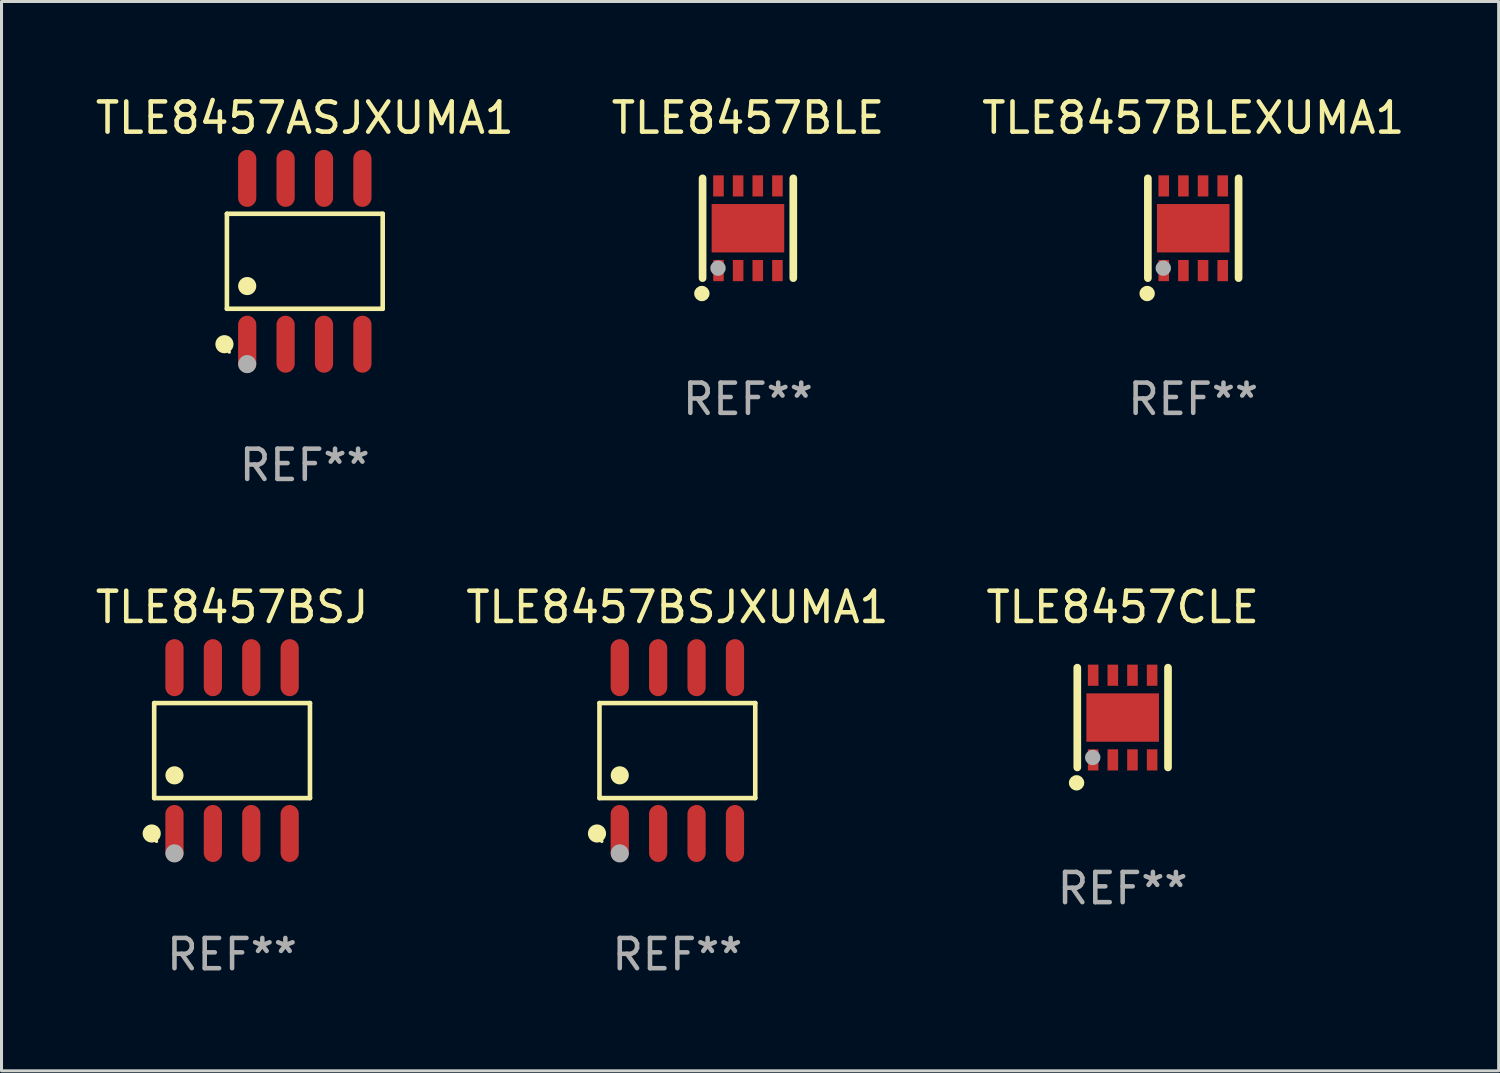
<source format=kicad_pcb>
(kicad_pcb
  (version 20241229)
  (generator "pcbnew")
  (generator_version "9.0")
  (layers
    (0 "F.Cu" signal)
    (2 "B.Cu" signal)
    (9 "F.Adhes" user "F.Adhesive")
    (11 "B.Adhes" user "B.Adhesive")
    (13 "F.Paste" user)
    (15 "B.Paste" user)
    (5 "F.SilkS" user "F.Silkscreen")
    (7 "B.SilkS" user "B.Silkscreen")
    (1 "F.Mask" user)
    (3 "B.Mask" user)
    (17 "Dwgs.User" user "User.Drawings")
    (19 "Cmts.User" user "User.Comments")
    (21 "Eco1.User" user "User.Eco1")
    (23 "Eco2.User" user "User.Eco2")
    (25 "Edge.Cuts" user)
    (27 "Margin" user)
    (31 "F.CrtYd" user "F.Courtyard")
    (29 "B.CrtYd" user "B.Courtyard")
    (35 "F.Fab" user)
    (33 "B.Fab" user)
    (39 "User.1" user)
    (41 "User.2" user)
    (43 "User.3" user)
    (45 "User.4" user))
  (footprint "TLE8457ASJXUMA1"
    (layer "F.Cu")
    (at 7.03 5.591)
    (property "Reference" "TLE8457ASJXUMA1" (at 0 -4.742 0) (layer "F.SilkS") (effects (font (size 1 1) (thickness 0.15))))
    (attr through_hole)
    (fp_line (start -2.576 -1.571) (end 2.576 -1.571) (stroke (width 0.152) (type solid)) (layer "F.SilkS"))
    (fp_line (start -2.576 1.571) (end -2.576 -1.571) (stroke (width 0.152) (type solid)) (layer "F.SilkS"))
    (fp_line (start 2.576 -1.571) (end 2.576 1.571) (stroke (width 0.152) (type solid)) (layer "F.SilkS"))
    (fp_line (start 2.576 1.571) (end -2.576 1.571) (stroke (width 0.152) (type solid)) (layer "F.SilkS"))
    (fp_circle (center -2.658 2.742) (end -2.508 2.742) (stroke (width 0.3) (type solid)) (fill no) (layer "F.SilkS"))
    (fp_circle (center -2.5 3) (end -2.47 3) (stroke (width 0.06) (type solid)) (fill no) (layer "F.SilkS"))
    (fp_circle (center -1.905 0.819) (end -1.755 0.819) (stroke (width 0.3) (type solid)) (fill no) (layer "F.SilkS"))
    (fp_circle (center -1.905 3.4) (end -1.755 3.4) (stroke (width 0.3) (type solid)) (fill no) (layer "F.Fab"))
    (fp_text user "REF**" (at 0 6.742 0) (layer "F.Fab") (effects (font (size 1 1) (thickness 0.15))))
    (pad "1" smd oval (at -1.905 2.742) (size 0.602 1.885) (layers "F.Cu" "F.Mask" "F.Paste"))
    (pad "2" smd oval (at -0.635 2.742) (size 0.602 1.885) (layers "F.Cu" "F.Mask" "F.Paste"))
    (pad "3" smd oval (at 0.635 2.742) (size 0.602 1.885) (layers "F.Cu" "F.Mask" "F.Paste"))
    (pad "4" smd oval (at 1.905 2.742) (size 0.602 1.885) (layers "F.Cu" "F.Mask" "F.Paste"))
    (pad "5" smd oval (at 1.905 -2.742) (size 0.602 1.885) (layers "F.Cu" "F.Mask" "F.Paste"))
    (pad "6" smd oval (at 0.635 -2.742) (size 0.602 1.885) (layers "F.Cu" "F.Mask" "F.Paste"))
    (pad "7" smd oval (at -0.635 -2.742) (size 0.602 1.885) (layers "F.Cu" "F.Mask" "F.Paste"))
    (pad "8" smd oval (at -1.905 -2.742) (size 0.602 1.885) (layers "F.Cu" "F.Mask" "F.Paste")))
  (footprint "TLE8457BLE"
    (layer "F.Cu")
    (at 21.685 4.498)
    (property "Reference" "TLE8457BLE" (at 0 -3.65 0) (layer "F.SilkS") (effects (font (size 1 1) (thickness 0.15))))
    (attr through_hole)
    (fp_line (start -1.5 1.65) (end -1.5 -1.65) (stroke (width 0.254) (type solid)) (layer "F.SilkS"))
    (fp_line (start 1.5 1.65) (end 1.5 -1.65) (stroke (width 0.254) (type solid)) (layer "F.SilkS"))
    (fp_circle (center -1.524 2.159) (end -1.397 2.159) (stroke (width 0.254) (type solid)) (fill no) (layer "F.SilkS"))
    (fp_circle (center -1.5 1.5) (end -1.47 1.5) (stroke (width 0.06) (type solid)) (fill no) (layer "F.SilkS"))
    (fp_circle (center -0.99 1.32) (end -0.863 1.32) (stroke (width 0.254) (type solid)) (fill no) (layer "F.Fab"))
    (fp_text user "REF**" (at 0 5.65 0) (layer "F.Fab") (effects (font (size 1 1) (thickness 0.15))))
    (pad "1" smd rect (at -0.975 1.4 270) (size 0.7 0.35) (layers "F.Cu" "F.Mask" "F.Paste"))
    (pad "2" smd rect (at -0.325 1.4 270) (size 0.7 0.35) (layers "F.Cu" "F.Mask" "F.Paste"))
    (pad "3" smd rect (at 0.325 1.4 270) (size 0.7 0.35) (layers "F.Cu" "F.Mask" "F.Paste"))
    (pad "4" smd rect (at 0.975 1.4 270) (size 0.7 0.35) (layers "F.Cu" "F.Mask" "F.Paste"))
    (pad "5" smd rect (at 0.975 -1.4 270) (size 0.7 0.35) (layers "F.Cu" "F.Mask" "F.Paste"))
    (pad "6" smd rect (at 0.325 -1.4 270) (size 0.7 0.35) (layers "F.Cu" "F.Mask" "F.Paste"))
    (pad "7" smd rect (at -0.325 -1.4 270) (size 0.7 0.35) (layers "F.Cu" "F.Mask" "F.Paste"))
    (pad "8" smd rect (at -0.975 -1.4 270) (size 0.7 0.35) (layers "F.Cu" "F.Mask" "F.Paste"))
    (pad "9" smd rect (at 0.000241 0.000064) (size 2.4 1.6) (layers "F.Cu" "F.Mask" "F.Paste")))
  (footprint "TLE8457CLE"
    (layer "F.Cu")
    (at 34.077 20.68)
    (property "Reference" "TLE8457CLE" (at 0 -3.65 0) (layer "F.SilkS") (effects (font (size 1 1) (thickness 0.15))))
    (attr through_hole)
    (fp_line (start -1.5 1.65) (end -1.5 -1.65) (stroke (width 0.254) (type solid)) (layer "F.SilkS"))
    (fp_line (start 1.5 1.65) (end 1.5 -1.65) (stroke (width 0.254) (type solid)) (layer "F.SilkS"))
    (fp_circle (center -1.524 2.159) (end -1.397 2.159) (stroke (width 0.254) (type solid)) (fill no) (layer "F.SilkS"))
    (fp_circle (center -1.5 1.5) (end -1.47 1.5) (stroke (width 0.06) (type solid)) (fill no) (layer "F.SilkS"))
    (fp_circle (center -0.99 1.32) (end -0.863 1.32) (stroke (width 0.254) (type solid)) (fill no) (layer "F.Fab"))
    (fp_text user "REF**" (at 0 5.65 0) (layer "F.Fab") (effects (font (size 1 1) (thickness 0.15))))
    (pad "1" smd rect (at -0.975 1.4 270) (size 0.7 0.35) (layers "F.Cu" "F.Mask" "F.Paste"))
    (pad "2" smd rect (at -0.325 1.4 270) (size 0.7 0.35) (layers "F.Cu" "F.Mask" "F.Paste"))
    (pad "3" smd rect (at 0.325 1.4 270) (size 0.7 0.35) (layers "F.Cu" "F.Mask" "F.Paste"))
    (pad "4" smd rect (at 0.975 1.4 270) (size 0.7 0.35) (layers "F.Cu" "F.Mask" "F.Paste"))
    (pad "5" smd rect (at 0.975 -1.4 270) (size 0.7 0.35) (layers "F.Cu" "F.Mask" "F.Paste"))
    (pad "6" smd rect (at 0.325 -1.4 270) (size 0.7 0.35) (layers "F.Cu" "F.Mask" "F.Paste"))
    (pad "7" smd rect (at -0.325 -1.4 270) (size 0.7 0.35) (layers "F.Cu" "F.Mask" "F.Paste"))
    (pad "8" smd rect (at -0.975 -1.4 270) (size 0.7 0.35) (layers "F.Cu" "F.Mask" "F.Paste"))
    (pad "9" smd rect (at 0.000241 0.000064) (size 2.4 1.6) (layers "F.Cu" "F.Mask" "F.Paste")))
  (footprint "TLE8457BLEXUMA1"
    (layer "F.Cu")
    (at 36.411 4.498)
    (property "Reference" "TLE8457BLEXUMA1" (at 0 -3.65 0) (layer "F.SilkS") (effects (font (size 1 1) (thickness 0.15))))
    (attr through_hole)
    (fp_line (start -1.5 1.65) (end -1.5 -1.65) (stroke (width 0.254) (type solid)) (layer "F.SilkS"))
    (fp_line (start 1.5 1.65) (end 1.5 -1.65) (stroke (width 0.254) (type solid)) (layer "F.SilkS"))
    (fp_circle (center -1.524 2.159) (end -1.397 2.159) (stroke (width 0.254) (type solid)) (fill no) (layer "F.SilkS"))
    (fp_circle (center -1.5 1.5) (end -1.47 1.5) (stroke (width 0.06) (type solid)) (fill no) (layer "F.SilkS"))
    (fp_circle (center -0.99 1.32) (end -0.863 1.32) (stroke (width 0.254) (type solid)) (fill no) (layer "F.Fab"))
    (fp_text user "REF**" (at 0 5.65 0) (layer "F.Fab") (effects (font (size 1 1) (thickness 0.15))))
    (pad "1" smd rect (at -0.975 1.4 270) (size 0.7 0.35) (layers "F.Cu" "F.Mask" "F.Paste"))
    (pad "2" smd rect (at -0.325 1.4 270) (size 0.7 0.35) (layers "F.Cu" "F.Mask" "F.Paste"))
    (pad "3" smd rect (at 0.325 1.4 270) (size 0.7 0.35) (layers "F.Cu" "F.Mask" "F.Paste"))
    (pad "4" smd rect (at 0.975 1.4 270) (size 0.7 0.35) (layers "F.Cu" "F.Mask" "F.Paste"))
    (pad "5" smd rect (at 0.975 -1.4 270) (size 0.7 0.35) (layers "F.Cu" "F.Mask" "F.Paste"))
    (pad "6" smd rect (at 0.325 -1.4 270) (size 0.7 0.35) (layers "F.Cu" "F.Mask" "F.Paste"))
    (pad "7" smd rect (at -0.325 -1.4 270) (size 0.7 0.35) (layers "F.Cu" "F.Mask" "F.Paste"))
    (pad "8" smd rect (at -0.975 -1.4 270) (size 0.7 0.35) (layers "F.Cu" "F.Mask" "F.Paste"))
    (pad "9" smd rect (at 0.000241 0.000064) (size 2.4 1.6) (layers "F.Cu" "F.Mask" "F.Paste")))
  (footprint "TLE8457BSJ"
    (layer "F.Cu")
    (at 4.625 21.772)
    (property "Reference" "TLE8457BSJ" (at 0 -4.742 0) (layer "F.SilkS") (effects (font (size 1 1) (thickness 0.15))))
    (attr through_hole)
    (fp_line (start -2.576 -1.571) (end 2.576 -1.571) (stroke (width 0.152) (type solid)) (layer "F.SilkS"))
    (fp_line (start -2.576 1.571) (end -2.576 -1.571) (stroke (width 0.152) (type solid)) (layer "F.SilkS"))
    (fp_line (start 2.576 -1.571) (end 2.576 1.571) (stroke (width 0.152) (type solid)) (layer "F.SilkS"))
    (fp_line (start 2.576 1.571) (end -2.576 1.571) (stroke (width 0.152) (type solid)) (layer "F.SilkS"))
    (fp_circle (center -2.658 2.742) (end -2.508 2.742) (stroke (width 0.3) (type solid)) (fill no) (layer "F.SilkS"))
    (fp_circle (center -2.5 3) (end -2.47 3) (stroke (width 0.06) (type solid)) (fill no) (layer "F.SilkS"))
    (fp_circle (center -1.905 0.819) (end -1.755 0.819) (stroke (width 0.3) (type solid)) (fill no) (layer "F.SilkS"))
    (fp_circle (center -1.905 3.4) (end -1.755 3.4) (stroke (width 0.3) (type solid)) (fill no) (layer "F.Fab"))
    (fp_text user "REF**" (at 0 6.742 0) (layer "F.Fab") (effects (font (size 1 1) (thickness 0.15))))
    (pad "1" smd oval (at -1.905 2.742) (size 0.602 1.885) (layers "F.Cu" "F.Mask" "F.Paste"))
    (pad "2" smd oval (at -0.635 2.742) (size 0.602 1.885) (layers "F.Cu" "F.Mask" "F.Paste"))
    (pad "3" smd oval (at 0.635 2.742) (size 0.602 1.885) (layers "F.Cu" "F.Mask" "F.Paste"))
    (pad "4" smd oval (at 1.905 2.742) (size 0.602 1.885) (layers "F.Cu" "F.Mask" "F.Paste"))
    (pad "5" smd oval (at 1.905 -2.742) (size 0.602 1.885) (layers "F.Cu" "F.Mask" "F.Paste"))
    (pad "6" smd oval (at 0.635 -2.742) (size 0.602 1.885) (layers "F.Cu" "F.Mask" "F.Paste"))
    (pad "7" smd oval (at -0.635 -2.742) (size 0.602 1.885) (layers "F.Cu" "F.Mask" "F.Paste"))
    (pad "8" smd oval (at -1.905 -2.742) (size 0.602 1.885) (layers "F.Cu" "F.Mask" "F.Paste")))
  (footprint "TLE8457BSJXUMA1"
    (layer "F.Cu")
    (at 19.351 21.772)
    (property "Reference" "TLE8457BSJXUMA1" (at 0 -4.742 0) (layer "F.SilkS") (effects (font (size 1 1) (thickness 0.15))))
    (attr through_hole)
    (fp_line (start -2.576 -1.571) (end 2.576 -1.571) (stroke (width 0.152) (type solid)) (layer "F.SilkS"))
    (fp_line (start -2.576 1.571) (end -2.576 -1.571) (stroke (width 0.152) (type solid)) (layer "F.SilkS"))
    (fp_line (start 2.576 -1.571) (end 2.576 1.571) (stroke (width 0.152) (type solid)) (layer "F.SilkS"))
    (fp_line (start 2.576 1.571) (end -2.576 1.571) (stroke (width 0.152) (type solid)) (layer "F.SilkS"))
    (fp_circle (center -2.658 2.742) (end -2.508 2.742) (stroke (width 0.3) (type solid)) (fill no) (layer "F.SilkS"))
    (fp_circle (center -2.5 3) (end -2.47 3) (stroke (width 0.06) (type solid)) (fill no) (layer "F.SilkS"))
    (fp_circle (center -1.905 0.819) (end -1.755 0.819) (stroke (width 0.3) (type solid)) (fill no) (layer "F.SilkS"))
    (fp_circle (center -1.905 3.4) (end -1.755 3.4) (stroke (width 0.3) (type solid)) (fill no) (layer "F.Fab"))
    (fp_text user "REF**" (at 0 6.742 0) (layer "F.Fab") (effects (font (size 1 1) (thickness 0.15))))
    (pad "1" smd oval (at -1.905 2.742) (size 0.602 1.885) (layers "F.Cu" "F.Mask" "F.Paste"))
    (pad "2" smd oval (at -0.635 2.742) (size 0.602 1.885) (layers "F.Cu" "F.Mask" "F.Paste"))
    (pad "3" smd oval (at 0.635 2.742) (size 0.602 1.885) (layers "F.Cu" "F.Mask" "F.Paste"))
    (pad "4" smd oval (at 1.905 2.742) (size 0.602 1.885) (layers "F.Cu" "F.Mask" "F.Paste"))
    (pad "5" smd oval (at 1.905 -2.742) (size 0.602 1.885) (layers "F.Cu" "F.Mask" "F.Paste"))
    (pad "6" smd oval (at 0.635 -2.742) (size 0.602 1.885) (layers "F.Cu" "F.Mask" "F.Paste"))
    (pad "7" smd oval (at -0.635 -2.742) (size 0.602 1.885) (layers "F.Cu" "F.Mask" "F.Paste"))
    (pad "8" smd oval (at -1.905 -2.742) (size 0.602 1.885) (layers "F.Cu" "F.Mask" "F.Paste")))
  (gr_rect
    (start -3 -3)
    (end 46.512 32.363)
    (stroke (width 0.1) (type default))
    (fill no)
    (layer "Edge.Cuts")))
</source>
